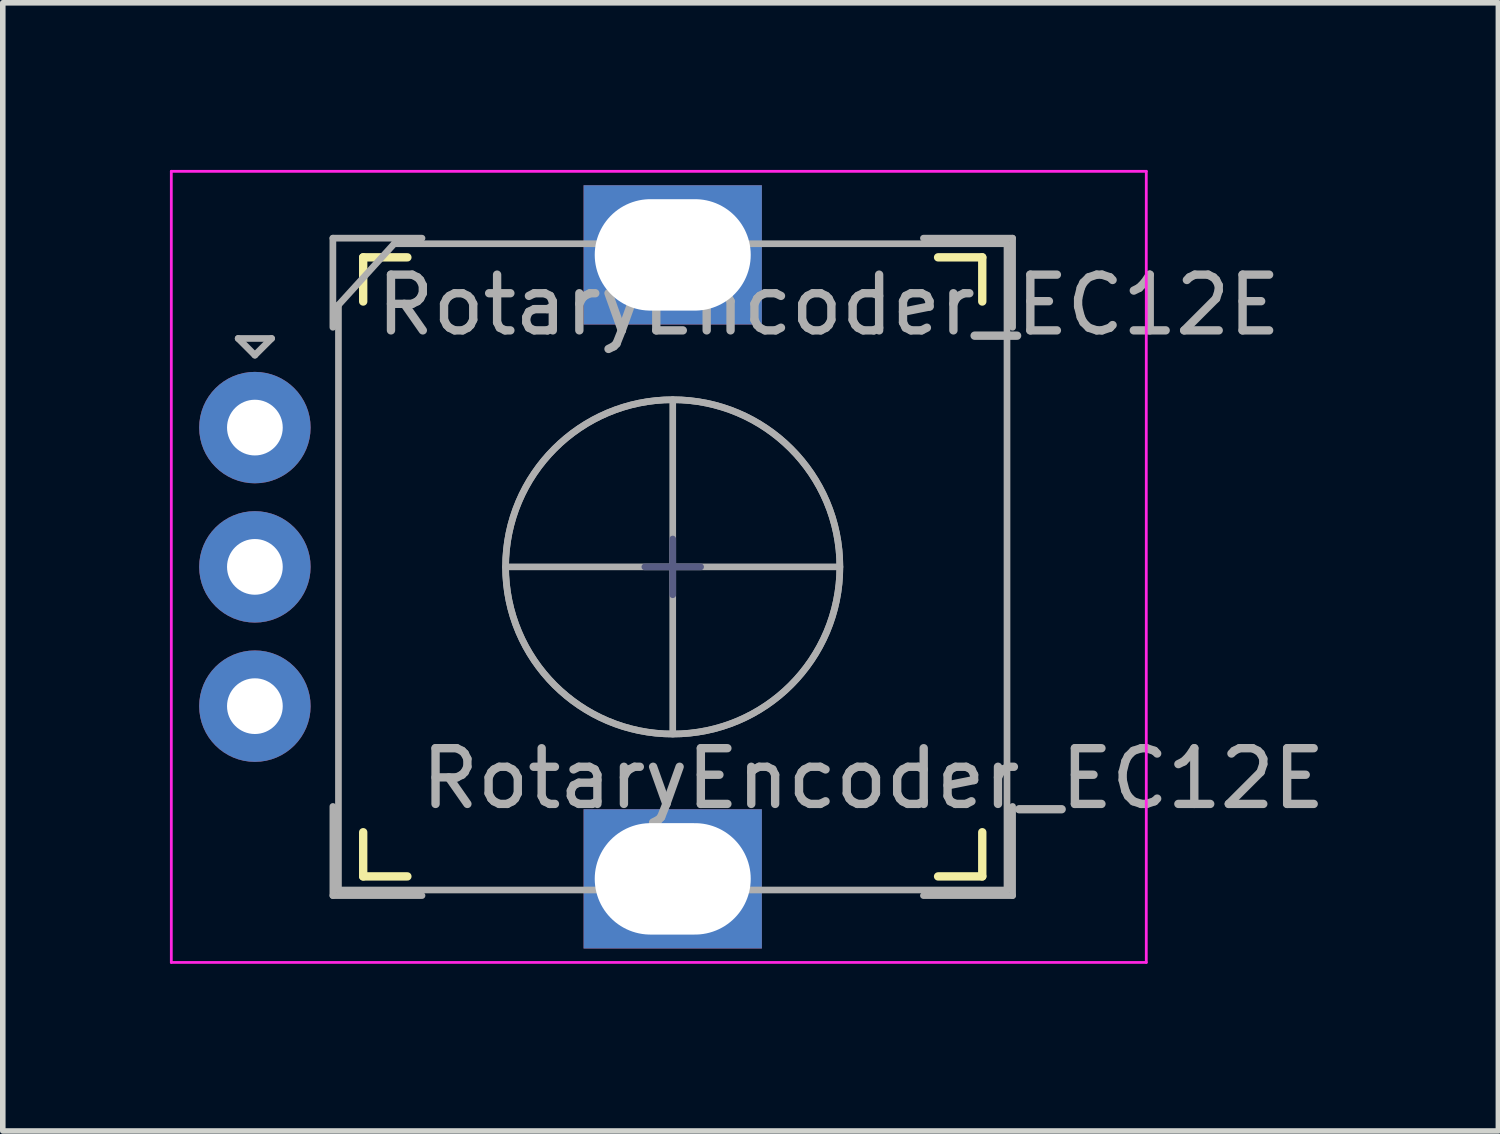
<source format=kicad_pcb>
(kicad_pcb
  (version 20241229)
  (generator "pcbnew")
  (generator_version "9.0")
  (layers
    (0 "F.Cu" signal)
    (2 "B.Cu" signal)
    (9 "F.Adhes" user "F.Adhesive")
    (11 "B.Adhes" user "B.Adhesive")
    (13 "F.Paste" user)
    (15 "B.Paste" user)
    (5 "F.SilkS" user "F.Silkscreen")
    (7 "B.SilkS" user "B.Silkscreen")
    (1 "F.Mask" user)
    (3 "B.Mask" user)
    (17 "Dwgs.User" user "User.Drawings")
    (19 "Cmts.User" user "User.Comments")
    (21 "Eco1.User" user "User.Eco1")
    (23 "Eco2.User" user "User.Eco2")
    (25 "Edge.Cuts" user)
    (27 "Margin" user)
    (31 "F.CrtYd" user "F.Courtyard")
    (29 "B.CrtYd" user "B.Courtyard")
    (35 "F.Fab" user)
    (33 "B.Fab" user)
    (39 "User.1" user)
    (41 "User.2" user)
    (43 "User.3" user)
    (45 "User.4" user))
  (footprint "RotaryEncoder_EC12E"
    (layer "F.Cu")
    (at 9.025 7.125)
    (property "Reference" "RotaryEncoder_EC12E" (at 2.8 -4.7 0) (layer "F.Fab") (effects (font (size 1 1) (thickness 0.15))))
    (attr through_hole)
    (fp_line (start -5.556 -5.556) (end -5.556 -4.763) (stroke (width 0.15) (type solid)) (layer "F.SilkS"))
    (fp_line (start -5.556 4.763) (end -5.556 5.556) (stroke (width 0.15) (type solid)) (layer "F.SilkS"))
    (fp_line (start -5.556 5.556) (end -4.763 5.556) (stroke (width 0.15) (type solid)) (layer "F.SilkS"))
    (fp_line (start -4.763 -5.556) (end -5.556 -5.556) (stroke (width 0.15) (type solid)) (layer "F.SilkS"))
    (fp_line (start 4.763 -5.556) (end 5.556 -5.556) (stroke (width 0.15) (type solid)) (layer "F.SilkS"))
    (fp_line (start 4.763 5.556) (end 5.556 5.556) (stroke (width 0.15) (type solid)) (layer "F.SilkS"))
    (fp_line (start 5.556 -5.556) (end 5.556 -4.763) (stroke (width 0.15) (type solid)) (layer "F.SilkS"))
    (fp_line (start 5.556 5.556) (end 5.556 4.763) (stroke (width 0.15) (type solid)) (layer "F.SilkS"))
    (fp_line (start -9 -7.1) (end -9 7.1) (stroke (width 0.05) (type solid)) (layer "F.CrtYd"))
    (fp_line (start -9 -7.1) (end 8.5 -7.1) (stroke (width 0.05) (type solid)) (layer "F.CrtYd"))
    (fp_line (start 8.5 7.1) (end -9 7.1) (stroke (width 0.05) (type solid)) (layer "F.CrtYd"))
    (fp_line (start 8.5 7.1) (end 8.5 -7.1) (stroke (width 0.05) (type solid)) (layer "F.CrtYd"))
    (fp_line (start -0.5 0) (end 0.5 0) (stroke (width 0.12) (type solid)) (layer "B.Fab"))
    (fp_line (start 0 -0.5) (end 0 0.5) (stroke (width 0.12) (type solid)) (layer "B.Fab"))
    (fp_line (start -7.8 -4.1) (end -7.2 -4.1) (stroke (width 0.12) (type solid)) (layer "F.Fab"))
    (fp_line (start -7.5 -3.8) (end -7.8 -4.1) (stroke (width 0.12) (type solid)) (layer "F.Fab"))
    (fp_line (start -7.2 -4.1) (end -7.5 -3.8) (stroke (width 0.12) (type solid)) (layer "F.Fab"))
    (fp_line (start -6.1 -5.9) (end -6.1 -4.3) (stroke (width 0.12) (type solid)) (layer "F.Fab"))
    (fp_line (start -6.1 4.3) (end -6.1 5.9) (stroke (width 0.12) (type solid)) (layer "F.Fab"))
    (fp_line (start -6 -4.7) (end -5 -5.8) (stroke (width 0.12) (type solid)) (layer "F.Fab"))
    (fp_line (start -6 5.8) (end -6 -4.7) (stroke (width 0.12) (type solid)) (layer "F.Fab"))
    (fp_line (start -5 -5.8) (end 6 -5.8) (stroke (width 0.12) (type solid)) (layer "F.Fab"))
    (fp_line (start -4.5 -5.9) (end -6.1 -5.9) (stroke (width 0.12) (type solid)) (layer "F.Fab"))
    (fp_line (start -4.5 5.9) (end -6.1 5.9) (stroke (width 0.12) (type solid)) (layer "F.Fab"))
    (fp_line (start -3 0) (end 3 0) (stroke (width 0.12) (type solid)) (layer "F.Fab"))
    (fp_line (start 0 -3) (end 0 3) (stroke (width 0.12) (type solid)) (layer "F.Fab"))
    (fp_line (start 4.5 -5.9) (end 6.1 -5.9) (stroke (width 0.12) (type solid)) (layer "F.Fab"))
    (fp_line (start 6 -5.8) (end 6 5.8) (stroke (width 0.12) (type solid)) (layer "F.Fab"))
    (fp_line (start 6 5.8) (end -6 5.8) (stroke (width 0.12) (type solid)) (layer "F.Fab"))
    (fp_line (start 6.1 -5.9) (end 6.1 -4.3) (stroke (width 0.12) (type solid)) (layer "F.Fab"))
    (fp_line (start 6.1 4.3) (end 6.1 5.9) (stroke (width 0.12) (type solid)) (layer "F.Fab"))
    (fp_line (start 6.1 5.9) (end 4.5 5.9) (stroke (width 0.12) (type solid)) (layer "F.Fab"))
    (fp_circle (center 0 0) (end 3 0) (stroke (width 0.12) (type solid)) (fill no) (layer "F.Fab"))
    (fp_circle (center 0 0) (end 3 0) (stroke (width 0.12) (type solid)) (fill no) (layer "F.Fab"))
    (fp_text user "${REFERENCE}" (at 3.6 3.8 0) (layer "F.Fab") (effects (font (size 1 1) (thickness 0.15))))
    (pad "A" thru_hole circle (at -7.5 -2.5) (size 2 2) (drill 1) (layers "*.Cu" "*.Mask"))
    (pad "B" thru_hole circle (at -7.5 2.5) (size 2 2) (drill 1) (layers "*.Cu" "*.Mask"))
    (pad "C" thru_hole circle (at -7.5 0) (size 2 2) (drill 1) (layers "*.Cu" "*.Mask"))
    (pad "MP" thru_hole rect (at 0 -5.6) (size 3.2 2.5) (drill oval 2.8 2) (layers "*.Cu" "*.Mask"))
    (pad "MP" thru_hole rect (at 0 5.6) (size 3.2 2.5) (drill oval 2.8 2) (layers "*.Cu" "*.Mask")))
  (gr_rect
    (start -3 -3)
    (end 23.845 17.25)
    (stroke (width 0.1) (type default))
    (fill no)
    (layer "Edge.Cuts")))
</source>
